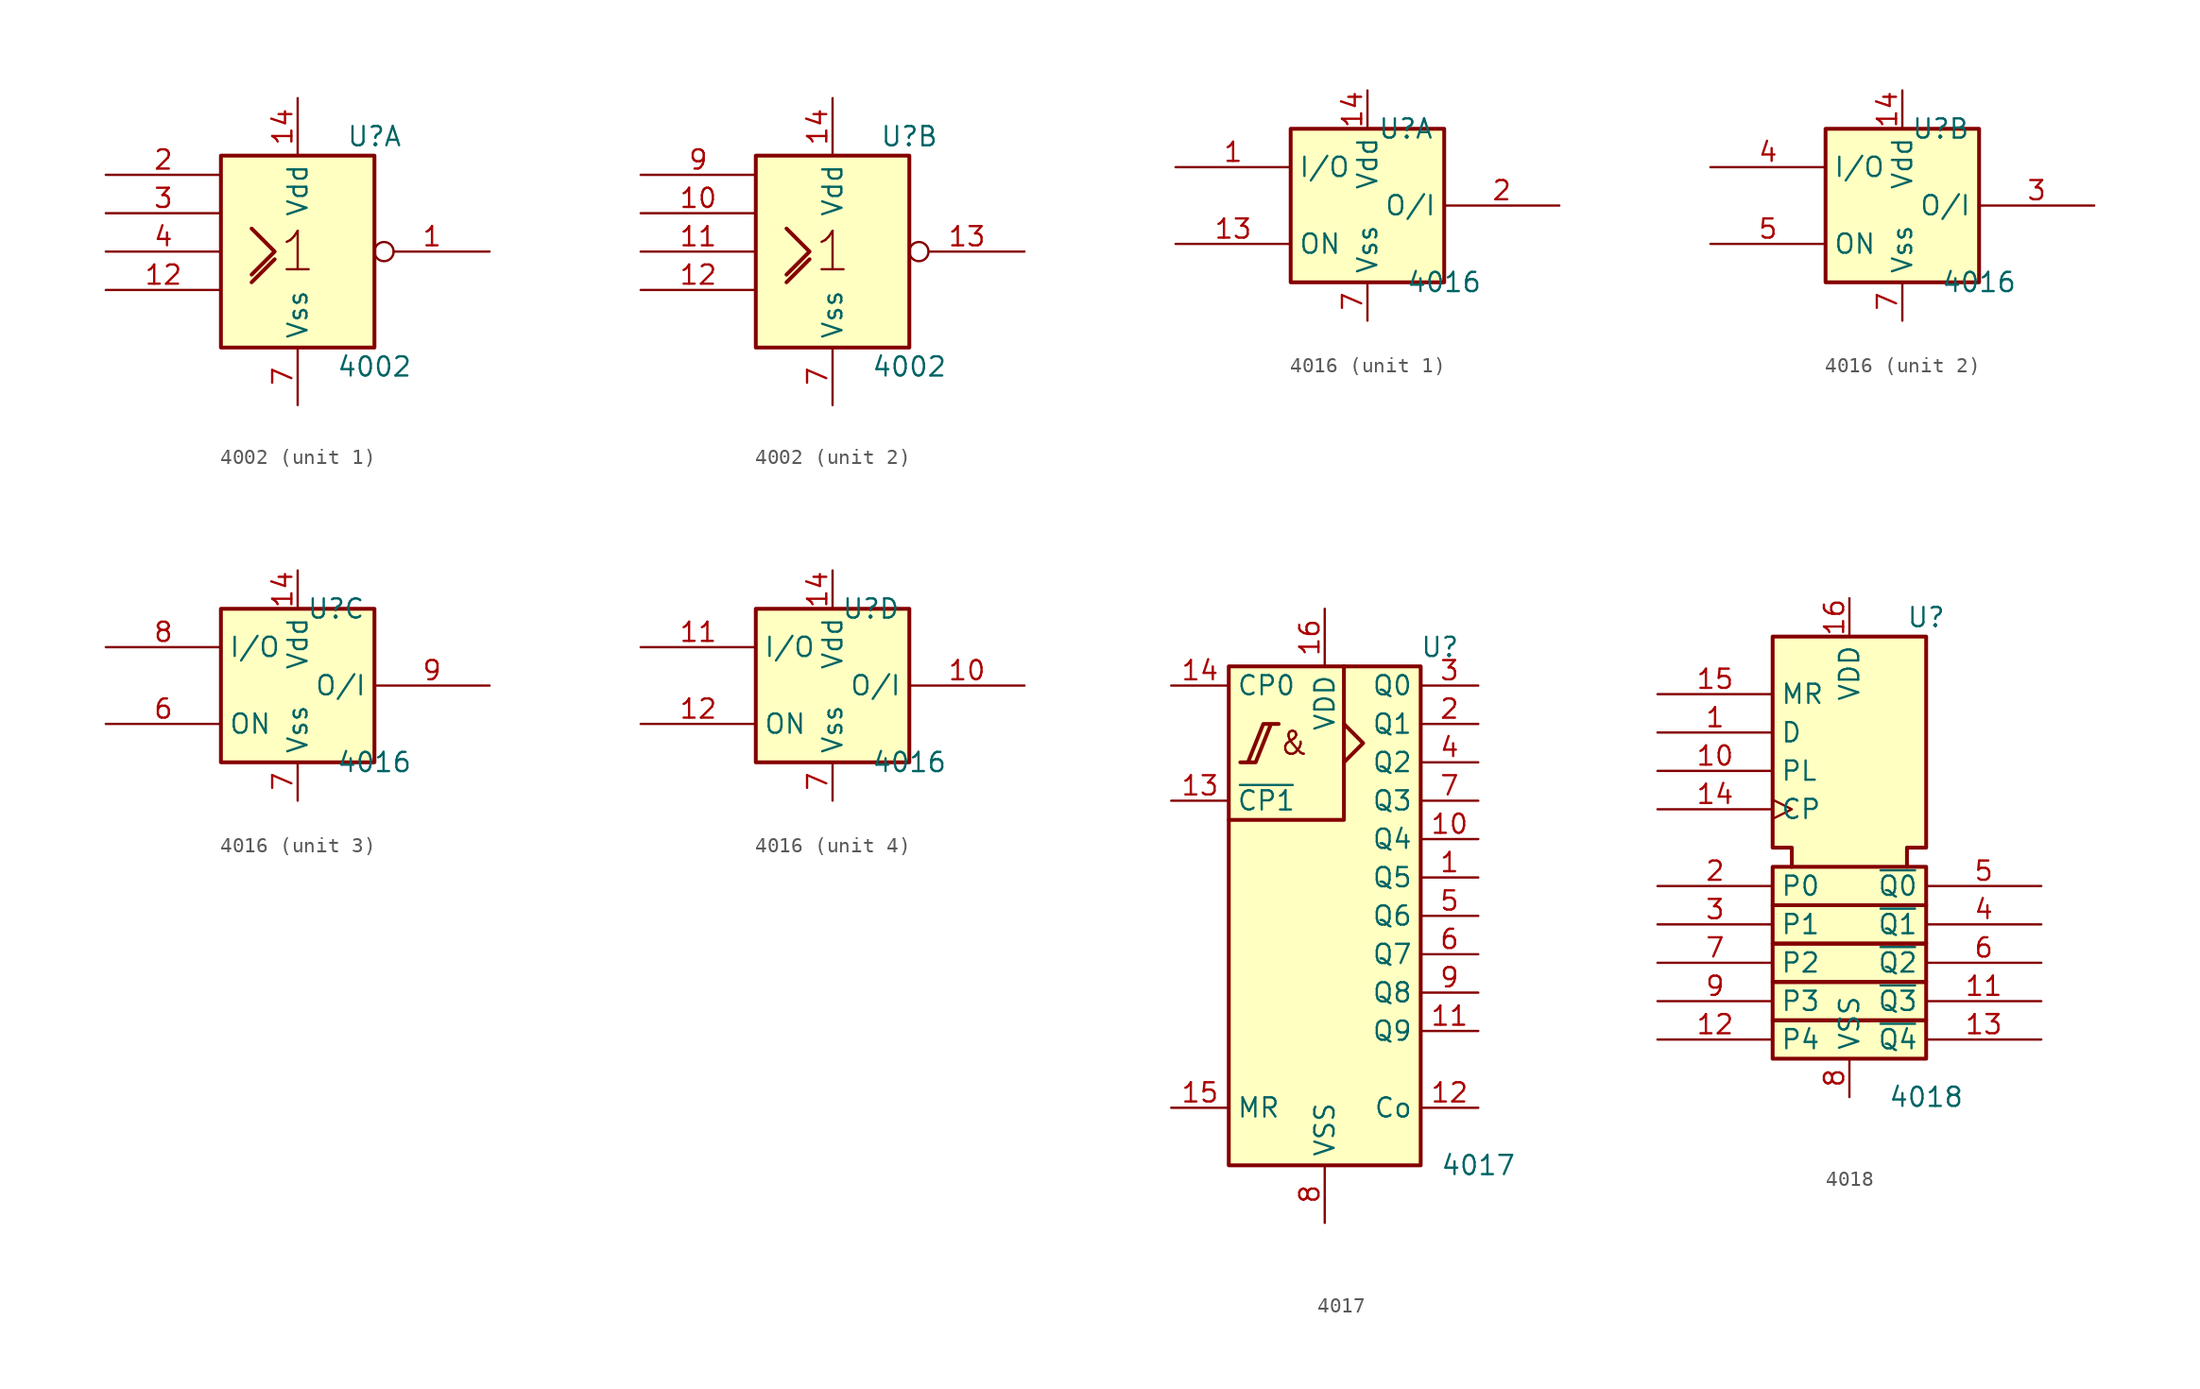
<source format=kicad_sym>
(kicad_symbol_lib
  (version 20231120)
  (generator "kicad_symbol_editor")
  (generator_version "8.0")
  (symbol "4002"
    (property "Reference" "U"
      (at 5.08 7.62 0)
      (effects (font (size 1.27 1.27))))
    (property "Value" "4002"
      (at 5.08 -7.62 0)
      (effects (font (size 1.27 1.27))))
    (symbol "4002_0_0"
      (polyline (pts (xy -3.048 -2.032) (xy -1.524 -0.508) (xy -1.524 -0.508)) (stroke (width 0.254) (type default)) (fill (type background)))
      (polyline (pts (xy -3.048 1.524) (xy -1.524 0) (xy -3.048 -1.524) (xy -3.048 -1.524)) (stroke (width 0.254) (type default)) (fill (type background)))
      (text "1" (at 0 0 0) (effects (font (size 2.54 2.54)))))
    (symbol "4002_0_1"
      (rectangle (start -5.08 6.35) (end 5.08 -6.35) (stroke (width 0.254) (type default)) (fill (type background)))
      (pin power_in line (at 0 10.16 270) (length 3.81) (name "Vdd" (effects (font (size 1.27 1.27)))) (number "14" (effects (font (size 1.27 1.27)))))
      (pin power_in line (at 0 -10.16 90) (length 3.81) (name "Vss" (effects (font (size 1.27 1.27)))) (number "7" (effects (font (size 1.27 1.27))))))
    (symbol "4002_1_1"
      (pin output inverted (at 12.7 0 180) (length 7.62) (name "~" (effects (font (size 1.27 1.27)))) (number "1" (effects (font (size 1.27 1.27)))))
      (pin input line (at -12.7 -2.54 0) (length 7.62) (name "~" (effects (font (size 1.27 1.27)))) (number "12" (effects (font (size 1.27 1.27)))))
      (pin input line (at -12.7 5.08 0) (length 7.62) (name "~" (effects (font (size 1.27 1.27)))) (number "2" (effects (font (size 1.27 1.27)))))
      (pin input line (at -12.7 2.54 0) (length 7.62) (name "~" (effects (font (size 1.27 1.27)))) (number "3" (effects (font (size 1.27 1.27)))))
      (pin input line (at -12.7 0 0) (length 7.62) (name "~" (effects (font (size 1.27 1.27)))) (number "4" (effects (font (size 1.27 1.27))))))
    (symbol "4002_2_1"
      (pin input line (at -12.7 2.54 0) (length 7.62) (name "~" (effects (font (size 1.27 1.27)))) (number "10" (effects (font (size 1.27 1.27)))))
      (pin input line (at -12.7 0 0) (length 7.62) (name "~" (effects (font (size 1.27 1.27)))) (number "11" (effects (font (size 1.27 1.27)))))
      (pin input line (at -12.7 -2.54 0) (length 7.62) (name "~" (effects (font (size 1.27 1.27)))) (number "12" (effects (font (size 1.27 1.27)))))
      (pin output inverted (at 12.7 0 180) (length 7.62) (name "~" (effects (font (size 1.27 1.27)))) (number "13" (effects (font (size 1.27 1.27)))))
      (pin input line (at -12.7 5.08 0) (length 7.62) (name "~" (effects (font (size 1.27 1.27)))) (number "9" (effects (font (size 1.27 1.27)))))))
  (symbol "4016"
    (property "Reference" "U"
      (at 2.54 5.08 0)
      (effects (font (size 1.27 1.27))))
    (property "Value" "4016"
      (at 5.08 -5.08 0)
      (effects (font (size 1.27 1.27))))
    (symbol "4016_0_1"
      (rectangle (start -5.08 5.08) (end 5.08 -5.08) (stroke (width 0.254) (type default)) (fill (type background)))
      (pin power_in line (at 0 7.62 270) (length 2.54) (name "Vdd" (effects (font (size 1.27 1.27)))) (number "14" (effects (font (size 1.27 1.27)))))
      (pin power_in line (at 0 -7.62 90) (length 2.54) (name "Vss" (effects (font (size 1.27 1.27)))) (number "7" (effects (font (size 1.27 1.27))))))
    (symbol "4016_1_1"
      (pin passive line (at -12.7 2.54 0) (length 7.62) (name "I/O" (effects (font (size 1.27 1.27)))) (number "1" (effects (font (size 1.27 1.27)))))
      (pin input line (at -12.7 -2.54 0) (length 7.62) (name "ON" (effects (font (size 1.27 1.27)))) (number "13" (effects (font (size 1.27 1.27)))))
      (pin passive line (at 12.7 0 180) (length 7.62) (name "O/I" (effects (font (size 1.27 1.27)))) (number "2" (effects (font (size 1.27 1.27))))))
    (symbol "4016_2_1"
      (pin passive line (at 12.7 0 180) (length 7.62) (name "O/I" (effects (font (size 1.27 1.27)))) (number "3" (effects (font (size 1.27 1.27)))))
      (pin passive line (at -12.7 2.54 0) (length 7.62) (name "I/O" (effects (font (size 1.27 1.27)))) (number "4" (effects (font (size 1.27 1.27)))))
      (pin input line (at -12.7 -2.54 0) (length 7.62) (name "ON" (effects (font (size 1.27 1.27)))) (number "5" (effects (font (size 1.27 1.27))))))
    (symbol "4016_3_1"
      (pin input line (at -12.7 -2.54 0) (length 7.62) (name "ON" (effects (font (size 1.27 1.27)))) (number "6" (effects (font (size 1.27 1.27)))))
      (pin passive line (at -12.7 2.54 0) (length 7.62) (name "I/O" (effects (font (size 1.27 1.27)))) (number "8" (effects (font (size 1.27 1.27)))))
      (pin passive line (at 12.7 0 180) (length 7.62) (name "O/I" (effects (font (size 1.27 1.27)))) (number "9" (effects (font (size 1.27 1.27))))))
    (symbol "4016_4_1"
      (pin passive line (at 12.7 0 180) (length 7.62) (name "O/I" (effects (font (size 1.27 1.27)))) (number "10" (effects (font (size 1.27 1.27)))))
      (pin passive line (at -12.7 2.54 0) (length 7.62) (name "I/O" (effects (font (size 1.27 1.27)))) (number "11" (effects (font (size 1.27 1.27)))))
      (pin input line (at -12.7 -2.54 0) (length 7.62) (name "ON" (effects (font (size 1.27 1.27)))) (number "12" (effects (font (size 1.27 1.27)))))))
  (symbol "4017"
    (property "Reference" "U"
      (at 7.62 17.78 0)
      (effects (font (size 1.27 1.27))))
    (property "Value" "4017"
      (at 10.16 -16.51 0)
      (effects (font (size 1.27 1.27))))
    (symbol "4017_0_0"
      (polyline (pts (xy -5.588 10.16) (xy -4.572 10.16) (xy -3.556 12.7) (xy -3.048 12.7) (xy -4.064 12.7) (xy -5.08 10.16) (xy -5.08 10.16)) (stroke (width 0.254) (type default)) (fill (type background)))
      (text "&" (at -2.032 11.43 0) (effects (font (size 1.524 1.524))))
      (pin power_in line (at 0 20.32 270) (length 3.81) (name "VDD" (effects (font (size 1.27 1.27)))) (number "16" (effects (font (size 1.27 1.27)))))
      (pin power_in line (at 0 -20.32 90) (length 3.81) (name "VSS" (effects (font (size 1.27 1.27)))) (number "8" (effects (font (size 1.27 1.27))))))
    (symbol "4017_0_1"
      (rectangle (start -6.35 16.51) (end 6.35 -16.51) (stroke (width 0.254) (type default)) (fill (type background)))
      (polyline (pts (xy 1.27 12.7) (xy 2.54 11.43) (xy 1.27 10.16) (xy 1.27 10.16)) (stroke (width 0.254) (type default)) (fill (type background)))
      (polyline (pts (xy 1.27 16.51) (xy 1.27 6.35) (xy -6.35 6.35) (xy -6.35 6.35)) (stroke (width 0.254) (type default)) (fill (type background))))
    (symbol "4017_1_1"
      (pin output line (at 10.16 2.54 180) (length 3.81) (name "Q5" (effects (font (size 1.27 1.27)))) (number "1" (effects (font (size 1.27 1.27)))))
      (pin output line (at 10.16 5.08 180) (length 3.81) (name "Q4" (effects (font (size 1.27 1.27)))) (number "10" (effects (font (size 1.27 1.27)))))
      (pin output line (at 10.16 -7.62 180) (length 3.81) (name "Q9" (effects (font (size 1.27 1.27)))) (number "11" (effects (font (size 1.27 1.27)))))
      (pin output line (at 10.16 -12.7 180) (length 3.81) (name "Co" (effects (font (size 1.27 1.27)))) (number "12" (effects (font (size 1.27 1.27)))))
      (pin input line (at -10.16 7.62 0) (length 3.81) (name "~{CP1}" (effects (font (size 1.27 1.27)))) (number "13" (effects (font (size 1.27 1.27)))))
      (pin input line (at -10.16 15.24 0) (length 3.81) (name "CP0" (effects (font (size 1.27 1.27)))) (number "14" (effects (font (size 1.27 1.27)))))
      (pin input line (at -10.16 -12.7 0) (length 3.81) (name "MR" (effects (font (size 1.27 1.27)))) (number "15" (effects (font (size 1.27 1.27)))))
      (pin output line (at 10.16 12.7 180) (length 3.81) (name "Q1" (effects (font (size 1.27 1.27)))) (number "2" (effects (font (size 1.27 1.27)))))
      (pin output line (at 10.16 15.24 180) (length 3.81) (name "Q0" (effects (font (size 1.27 1.27)))) (number "3" (effects (font (size 1.27 1.27)))))
      (pin output line (at 10.16 10.16 180) (length 3.81) (name "Q2" (effects (font (size 1.27 1.27)))) (number "4" (effects (font (size 1.27 1.27)))))
      (pin output line (at 10.16 0 180) (length 3.81) (name "Q6" (effects (font (size 1.27 1.27)))) (number "5" (effects (font (size 1.27 1.27)))))
      (pin output line (at 10.16 -2.54 180) (length 3.81) (name "Q7" (effects (font (size 1.27 1.27)))) (number "6" (effects (font (size 1.27 1.27)))))
      (pin output line (at 10.16 7.62 180) (length 3.81) (name "Q3" (effects (font (size 1.27 1.27)))) (number "7" (effects (font (size 1.27 1.27)))))
      (pin output line (at 10.16 -5.08 180) (length 3.81) (name "Q8" (effects (font (size 1.27 1.27)))) (number "9" (effects (font (size 1.27 1.27)))))))
  (symbol "4018"
    (property "Reference" "U"
      (at 5.08 15.24 0)
      (effects (font (size 1.27 1.27))))
    (property "Value" "4018"
      (at 5.08 -16.51 0)
      (effects (font (size 1.27 1.27))))
    (symbol "4018_0_1"
      (rectangle (start -5.08 -11.43) (end 5.08 -13.97) (stroke (width 0.254) (type default)) (fill (type background)))
      (rectangle (start -5.08 -8.89) (end 5.08 -11.43) (stroke (width 0.254) (type default)) (fill (type background)))
      (rectangle (start -5.08 -6.35) (end 5.08 -8.89) (stroke (width 0.254) (type default)) (fill (type background)))
      (rectangle (start -5.08 -3.81) (end 5.08 -6.35) (stroke (width 0.254) (type default)) (fill (type background)))
      (rectangle (start -5.08 -1.27) (end 5.08 -3.81) (stroke (width 0.254) (type default)) (fill (type background)))
      (polyline (pts (xy -3.81 -1.27) (xy -3.81 0) (xy -5.08 0) (xy -5.08 13.97) (xy 5.08 13.97) (xy 5.08 0) (xy 3.81 0) (xy 3.81 -1.27) (xy 3.81 -1.27)) (stroke (width 0.254) (type default)) (fill (type background))))
    (symbol "4018_1_1"
      (pin input line (at -12.7 7.62 0) (length 7.62) (name "D" (effects (font (size 1.27 1.27)))) (number "1" (effects (font (size 1.27 1.27)))))
      (pin input line (at -12.7 5.08 0) (length 7.62) (name "PL" (effects (font (size 1.27 1.27)))) (number "10" (effects (font (size 1.27 1.27)))))
      (pin output line (at 12.7 -10.16 180) (length 7.62) (name "~{Q3}" (effects (font (size 1.27 1.27)))) (number "11" (effects (font (size 1.27 1.27)))))
      (pin input line (at -12.7 -12.7 0) (length 7.62) (name "P4" (effects (font (size 1.27 1.27)))) (number "12" (effects (font (size 1.27 1.27)))))
      (pin output line (at 12.7 -12.7 180) (length 7.62) (name "~{Q4}" (effects (font (size 1.27 1.27)))) (number "13" (effects (font (size 1.27 1.27)))))
      (pin input clock (at -12.7 2.54 0) (length 7.62) (name "CP" (effects (font (size 1.27 1.27)))) (number "14" (effects (font (size 1.27 1.27)))))
      (pin input line (at -12.7 10.16 0) (length 7.62) (name "MR" (effects (font (size 1.27 1.27)))) (number "15" (effects (font (size 1.27 1.27)))))
      (pin power_in line (at 0 16.51 270) (length 2.54) (name "VDD" (effects (font (size 1.27 1.27)))) (number "16" (effects (font (size 1.27 1.27)))))
      (pin input line (at -12.7 -2.54 0) (length 7.62) (name "P0" (effects (font (size 1.27 1.27)))) (number "2" (effects (font (size 1.27 1.27)))))
      (pin input line (at -12.7 -5.08 0) (length 7.62) (name "P1" (effects (font (size 1.27 1.27)))) (number "3" (effects (font (size 1.27 1.27)))))
      (pin output line (at 12.7 -5.08 180) (length 7.62) (name "~{Q1}" (effects (font (size 1.27 1.27)))) (number "4" (effects (font (size 1.27 1.27)))))
      (pin output line (at 12.7 -2.54 180) (length 7.62) (name "~{Q0}" (effects (font (size 1.27 1.27)))) (number "5" (effects (font (size 1.27 1.27)))))
      (pin output line (at 12.7 -7.62 180) (length 7.62) (name "~{Q2}" (effects (font (size 1.27 1.27)))) (number "6" (effects (font (size 1.27 1.27)))))
      (pin input line (at -12.7 -7.62 0) (length 7.62) (name "P2" (effects (font (size 1.27 1.27)))) (number "7" (effects (font (size 1.27 1.27)))))
      (pin power_in line (at 0 -16.51 90) (length 2.54) (name "VSS" (effects (font (size 1.27 1.27)))) (number "8" (effects (font (size 1.27 1.27)))))
      (pin input line (at -12.7 -10.16 0) (length 7.62) (name "P3" (effects (font (size 1.27 1.27)))) (number "9" (effects (font (size 1.27 1.27))))))))
</source>
